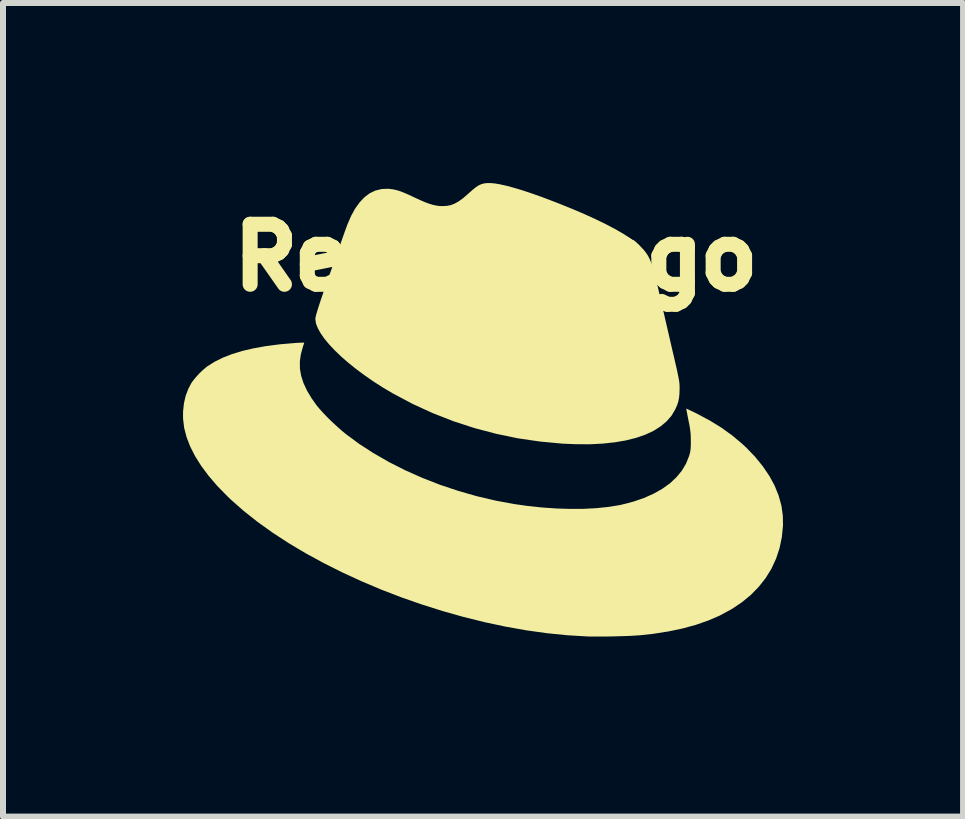
<source format=kicad_pcb>
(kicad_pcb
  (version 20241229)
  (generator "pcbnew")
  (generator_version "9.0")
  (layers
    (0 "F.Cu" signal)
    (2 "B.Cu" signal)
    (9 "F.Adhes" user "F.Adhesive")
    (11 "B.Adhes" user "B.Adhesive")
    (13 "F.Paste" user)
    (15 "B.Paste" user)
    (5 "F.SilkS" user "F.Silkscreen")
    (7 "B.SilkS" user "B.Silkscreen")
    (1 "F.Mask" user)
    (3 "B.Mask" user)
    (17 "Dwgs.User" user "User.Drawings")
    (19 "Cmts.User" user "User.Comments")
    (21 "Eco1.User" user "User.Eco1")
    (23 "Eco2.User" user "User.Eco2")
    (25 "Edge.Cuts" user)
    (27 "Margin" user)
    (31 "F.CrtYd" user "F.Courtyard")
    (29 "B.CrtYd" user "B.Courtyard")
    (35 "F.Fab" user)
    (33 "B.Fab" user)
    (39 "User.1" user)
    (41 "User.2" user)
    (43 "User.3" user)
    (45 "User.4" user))
  (footprint "RedhatLogo"
    (layer "F.Cu")
    (at 4.998 3.777)
    (property "Reference" "RedhatLogo" (at 0.215 -2.54 0) (layer "F.SilkS") (effects (font (size 1 1) (thickness 0.25))))
    (attr board_only exclude_from_pos_files exclude_from_bom)
    (fp_poly (pts (xy 0.194 -3.771) (xy 0.287 -3.755) (xy 0.397 -3.73) (xy 0.523 -3.696) (xy 0.665 -3.653) (xy 0.821 -3.601) (xy 0.99 -3.541) (xy 1.171 -3.472) (xy 1.272 -3.433) (xy 1.489 -3.345) (xy 1.691 -3.259) (xy 1.877 -3.174) (xy 2.046 -3.092) (xy 2.198 -3.012) (xy 2.332 -2.935) (xy 2.446 -2.862) (xy 2.541 -2.793) (xy 2.603 -2.74) (xy 2.647 -2.697) (xy 2.686 -2.654) (xy 2.719 -2.611) (xy 2.749 -2.565) (xy 2.776 -2.512) (xy 2.801 -2.452) (xy 2.825 -2.381) (xy 2.85 -2.297) (xy 2.876 -2.197) (xy 2.904 -2.08) (xy 2.92 -2.012) (xy 2.956 -1.854) (xy 2.988 -1.715) (xy 3.017 -1.59) (xy 3.043 -1.475) (xy 3.068 -1.368) (xy 3.092 -1.264) (xy 3.116 -1.16) (xy 3.124 -1.125) (xy 3.155 -0.991) (xy 3.182 -0.877) (xy 3.204 -0.78) (xy 3.223 -0.698) (xy 3.238 -0.63) (xy 3.249 -0.574) (xy 3.259 -0.528) (xy 3.265 -0.49) (xy 3.27 -0.458) (xy 3.273 -0.431) (xy 3.274 -0.406) (xy 3.275 -0.382) (xy 3.275 -0.356) (xy 3.275 -0.344) (xy 3.272 -0.26) (xy 3.265 -0.192) (xy 3.252 -0.131) (xy 3.231 -0.07) (xy 3.202 -0.005) (xy 3.141 0.098) (xy 3.06 0.192) (xy 2.96 0.276) (xy 2.843 0.35) (xy 2.707 0.414) (xy 2.555 0.467) (xy 2.385 0.51) (xy 2.199 0.542) (xy 1.997 0.564) (xy 1.78 0.575) (xy 1.548 0.574) (xy 1.327 0.565) (xy 0.952 0.53) (xy 0.581 0.476) (xy 0.215 0.4) (xy -0.144 0.305) (xy -0.497 0.19) (xy -0.841 0.055) (xy -1.175 -0.098) (xy -1.5 -0.271) (xy -1.501 -0.271) (xy -1.666 -0.369) (xy -1.824 -0.47) (xy -1.974 -0.574) (xy -2.114 -0.678) (xy -2.245 -0.783) (xy -2.364 -0.887) (xy -2.471 -0.99) (xy -2.564 -1.089) (xy -2.644 -1.185) (xy -2.707 -1.276) (xy -2.754 -1.361) (xy -2.784 -1.439) (xy -2.794 -1.51) (xy -2.794 -1.513) (xy -2.792 -1.533) (xy -2.785 -1.565) (xy -2.773 -1.61) (xy -2.755 -1.668) (xy -2.732 -1.741) (xy -2.703 -1.83) (xy -2.667 -1.935) (xy -2.625 -2.057) (xy -2.576 -2.198) (xy -2.528 -2.332) (xy -2.48 -2.469) (xy -2.438 -2.586) (xy -2.403 -2.687) (xy -2.373 -2.771) (xy -2.348 -2.841) (xy -2.328 -2.899) (xy -2.311 -2.946) (xy -2.298 -2.983) (xy -2.287 -3.012) (xy -2.279 -3.035) (xy -2.272 -3.053) (xy -2.267 -3.068) (xy -2.262 -3.082) (xy -2.259 -3.088) (xy -2.198 -3.23) (xy -2.13 -3.353) (xy -2.055 -3.457) (xy -1.974 -3.542) (xy -1.888 -3.607) (xy -1.796 -3.651) (xy -1.791 -3.653) (xy -1.685 -3.678) (xy -1.576 -3.682) (xy -1.493 -3.671) (xy -1.448 -3.661) (xy -1.405 -3.649) (xy -1.359 -3.633) (xy -1.307 -3.612) (xy -1.245 -3.585) (xy -1.168 -3.549) (xy -1.147 -3.539) (xy -1.049 -3.494) (xy -0.966 -3.458) (xy -0.895 -3.432) (xy -0.832 -3.413) (xy -0.775 -3.401) (xy -0.719 -3.394) (xy -0.671 -3.393) (xy -0.601 -3.397) (xy -0.536 -3.41) (xy -0.472 -3.435) (xy -0.406 -3.472) (xy -0.335 -3.523) (xy -0.256 -3.591) (xy -0.238 -3.607) (xy -0.173 -3.665) (xy -0.118 -3.709) (xy -0.07 -3.74) (xy -0.024 -3.76) (xy 0.023 -3.772) (xy 0.075 -3.777) (xy 0.12 -3.777)) (stroke (width 0) (type solid)) (fill yes) (layer "F.SilkS"))
    (fp_poly (pts (xy -2.985 -1.118) (xy -2.979 -1.117) (xy -2.983 -1.105) (xy -2.991 -1.079) (xy -3.001 -1.05) (xy -3.035 -0.926) (xy -3.052 -0.806) (xy -3.051 -0.686) (xy -3.031 -0.567) (xy -2.992 -0.446) (xy -2.934 -0.321) (xy -2.857 -0.192) (xy -2.775 -0.076) (xy -2.728 -0.019) (xy -2.669 0.047) (xy -2.599 0.12) (xy -2.523 0.195) (xy -2.444 0.268) (xy -2.366 0.338) (xy -2.294 0.398) (xy -2.289 0.402) (xy -2.065 0.568) (xy -1.822 0.725) (xy -1.564 0.873) (xy -1.291 1.011) (xy -1.007 1.137) (xy -0.712 1.252) (xy -0.409 1.353) (xy -0.101 1.441) (xy 0.211 1.514) (xy 0.511 1.57) (xy 0.75 1.604) (xy 0.989 1.629) (xy 1.224 1.645) (xy 1.453 1.652) (xy 1.674 1.651) (xy 1.883 1.64) (xy 2.078 1.62) (xy 2.258 1.592) (xy 2.311 1.581) (xy 2.504 1.531) (xy 2.682 1.47) (xy 2.843 1.398) (xy 2.987 1.317) (xy 3.114 1.226) (xy 3.222 1.125) (xy 3.312 1.016) (xy 3.382 0.898) (xy 3.433 0.771) (xy 3.438 0.754) (xy 3.449 0.714) (xy 3.456 0.675) (xy 3.46 0.633) (xy 3.462 0.581) (xy 3.462 0.516) (xy 3.461 0.454) (xy 3.459 0.4) (xy 3.453 0.348) (xy 3.445 0.292) (xy 3.433 0.225) (xy 3.422 0.174) (xy 3.41 0.113) (xy 3.4 0.059) (xy 3.392 0.017) (xy 3.387 -0.01) (xy 3.386 -0.019) (xy 3.396 -0.015) (xy 3.423 -0.003) (xy 3.463 0.016) (xy 3.513 0.04) (xy 3.57 0.068) (xy 3.573 0.07) (xy 3.784 0.183) (xy 3.977 0.302) (xy 4.154 0.43) (xy 4.318 0.568) (xy 4.384 0.629) (xy 4.534 0.785) (xy 4.663 0.944) (xy 4.772 1.105) (xy 4.86 1.268) (xy 4.926 1.433) (xy 4.972 1.599) (xy 4.995 1.767) (xy 4.998 1.925) (xy 4.979 2.119) (xy 4.941 2.304) (xy 4.883 2.48) (xy 4.806 2.647) (xy 4.709 2.804) (xy 4.594 2.95) (xy 4.461 3.086) (xy 4.31 3.21) (xy 4.14 3.323) (xy 3.953 3.424) (xy 3.947 3.428) (xy 3.755 3.511) (xy 3.548 3.583) (xy 3.326 3.644) (xy 3.087 3.694) (xy 2.83 3.734) (xy 2.62 3.757) (xy 2.559 3.761) (xy 2.481 3.766) (xy 2.389 3.77) (xy 2.288 3.773) (xy 2.182 3.776) (xy 2.076 3.778) (xy 1.973 3.779) (xy 1.878 3.779) (xy 1.795 3.779) (xy 1.734 3.777) (xy 1.402 3.757) (xy 1.064 3.723) (xy 0.72 3.675) (xy 0.373 3.613) (xy 0.025 3.539) (xy -0.325 3.452) (xy -0.673 3.354) (xy -1.018 3.245) (xy -1.36 3.126) (xy -1.695 2.997) (xy -2.023 2.858) (xy -2.343 2.711) (xy -2.652 2.556) (xy -2.95 2.394) (xy -3.234 2.225) (xy -3.503 2.05) (xy -3.756 1.869) (xy -3.991 1.683) (xy -4.206 1.493) (xy -4.266 1.435) (xy -4.429 1.268) (xy -4.572 1.101) (xy -4.695 0.936) (xy -4.797 0.774) (xy -4.879 0.613) (xy -4.94 0.455) (xy -4.98 0.3) (xy -4.998 0.148) (xy -4.998 0.028) (xy -4.983 -0.108) (xy -4.955 -0.231) (xy -4.912 -0.345) (xy -4.863 -0.439) (xy -4.829 -0.488) (xy -4.782 -0.545) (xy -4.728 -0.604) (xy -4.671 -0.659) (xy -4.616 -0.706) (xy -4.594 -0.723) (xy -4.472 -0.8) (xy -4.333 -0.869) (xy -4.178 -0.929) (xy -4.006 -0.981) (xy -3.816 -1.025) (xy -3.608 -1.062) (xy -3.38 -1.091) (xy -3.132 -1.112) (xy -3.091 -1.115) (xy -3.045 -1.117) (xy -3.008 -1.118)) (stroke (width 0) (type solid)) (fill yes) (layer "F.SilkS")))
  (gr_rect
    (start -3 -3)
    (end 12.996 10.556)
    (stroke (width 0.1) (type default))
    (fill no)
    (layer "Edge.Cuts")))
</source>
